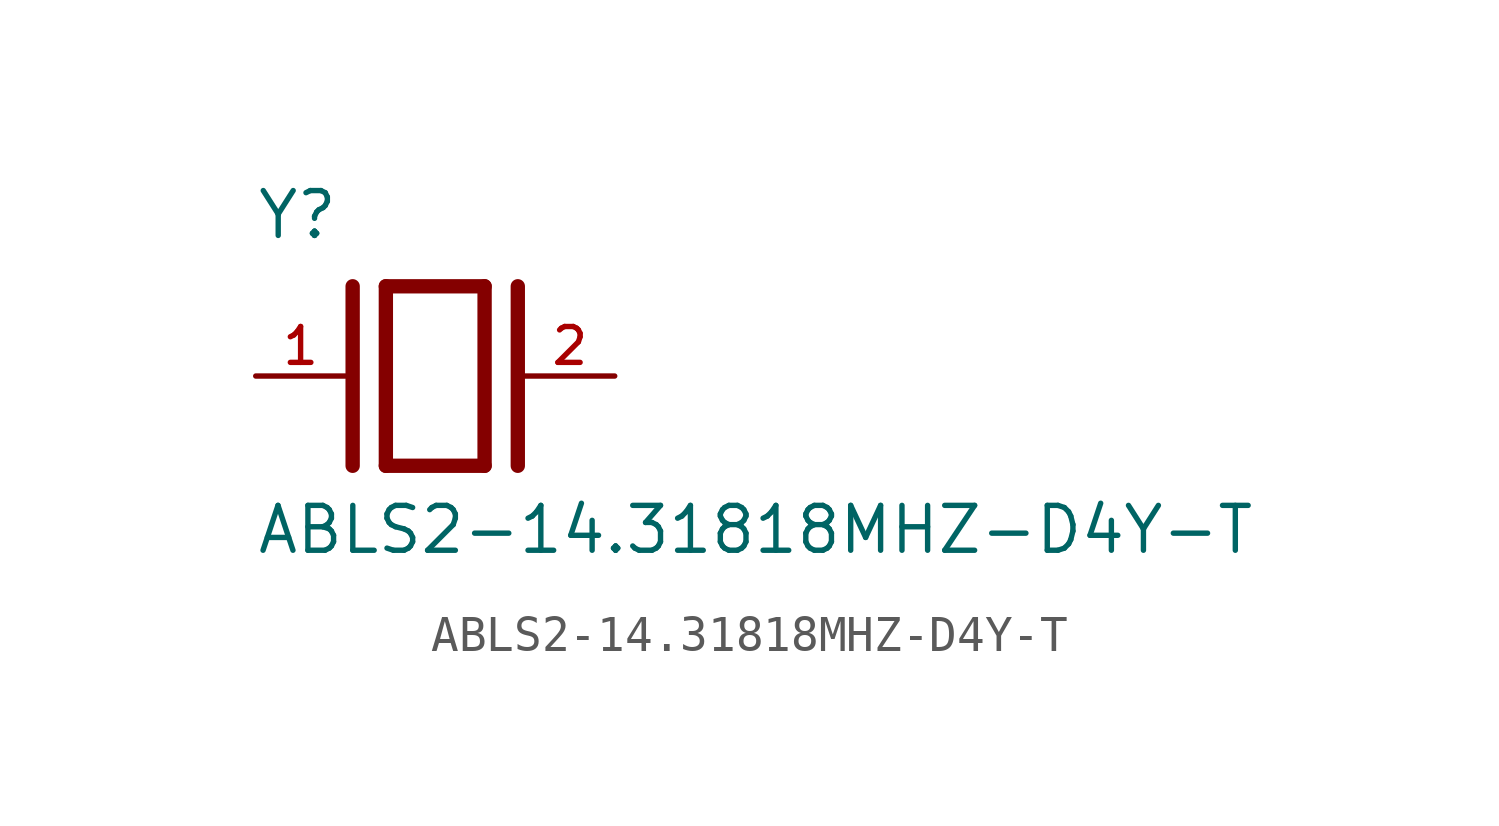
<source format=kicad_sym>
(kicad_symbol_lib
  (version 20211014)
  (generator kicad_symbol_editor)
  (symbol "ABLS2-14.31818MHZ-D4Y-T"
    (pin_names
      (offset 1.016))
    (property "Reference" "Y"
      (at -5.088 3.816 0)
      (effects (font (size 1.27 1.27)) (justify bottom left)))
    (property "Value" "ABLS2-14.31818MHZ-D4Y-T"
      (at -5.094 -5.094 0)
      (effects (font (size 1.27 1.27)) (justify bottom left)))
    (symbol "ABLS2-14.31818MHZ-D4Y-T_0_0"
      (polyline (pts (xy -1.397 2.54) (xy 1.397 2.54)) (stroke (width 0.406)))
      (polyline (pts (xy 1.397 2.54) (xy 1.397 -2.54)) (stroke (width 0.406)))
      (polyline (pts (xy 1.397 -2.54) (xy -1.397 -2.54)) (stroke (width 0.406)))
      (polyline (pts (xy -1.397 2.54) (xy -1.397 -2.54)) (stroke (width 0.406)))
      (polyline (pts (xy 2.337 2.54) (xy 2.337 -2.54)) (stroke (width 0.406)))
      (polyline (pts (xy -2.337 2.54) (xy -2.337 -2.54)) (stroke (width 0.406)))
      (pin passive line (at 5.08 0.0 180.0) (length 2.54) (name "~" (effects (font (size 1.016 1.016)))) (number "2" (effects (font (size 1.016 1.016)))))
      (pin passive line (at -5.08 0.0 0) (length 2.54) (name "~" (effects (font (size 1.016 1.016)))) (number "1" (effects (font (size 1.016 1.016))))))))
</source>
